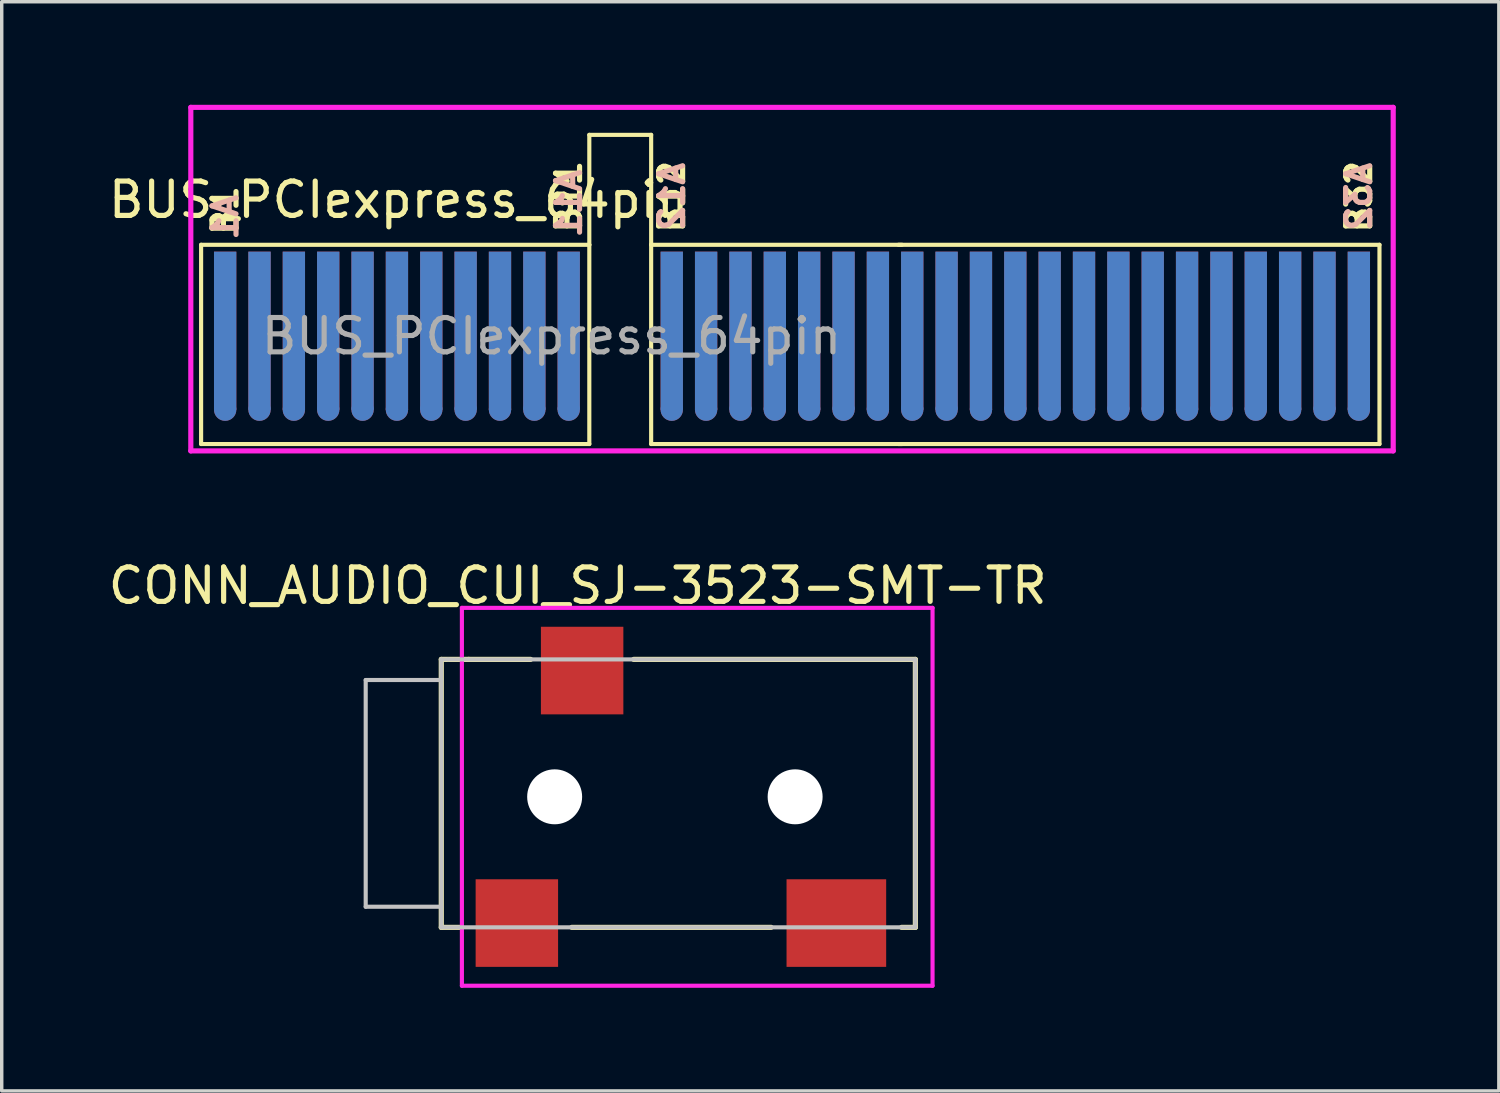
<source format=kicad_pcb>
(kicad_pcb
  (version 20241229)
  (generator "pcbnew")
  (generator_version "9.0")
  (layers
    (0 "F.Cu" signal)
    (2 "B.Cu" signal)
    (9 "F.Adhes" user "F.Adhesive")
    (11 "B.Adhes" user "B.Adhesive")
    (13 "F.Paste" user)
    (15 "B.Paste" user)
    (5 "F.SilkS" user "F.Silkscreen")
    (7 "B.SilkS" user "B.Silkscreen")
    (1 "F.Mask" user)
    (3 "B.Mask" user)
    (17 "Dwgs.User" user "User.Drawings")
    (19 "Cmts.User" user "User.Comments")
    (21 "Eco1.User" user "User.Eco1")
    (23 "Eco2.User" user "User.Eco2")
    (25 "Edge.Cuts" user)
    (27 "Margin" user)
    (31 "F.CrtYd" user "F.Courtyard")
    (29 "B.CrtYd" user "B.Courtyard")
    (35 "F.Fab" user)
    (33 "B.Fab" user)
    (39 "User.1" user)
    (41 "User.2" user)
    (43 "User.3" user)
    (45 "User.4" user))
  (footprint "CONN_AUDIO_CUI_SJ-3523-SMT-TR"
    (layer "F.Cu")
    (at 16.595 20.144)
    (property "Reference" "CONN_AUDIO_CUI_SJ-3523-SMT-TR" (at -2.829 -6.145 0) (layer "F.SilkS") (effects (font (size 1.002 1.002) (thickness 0.15))))
    (attr smd)
    (fp_line (start -6.8 -4) (end -6.8 3.8) (stroke (width 0.15) (type solid)) (layer "F.SilkS"))
    (fp_line (start -6.8 -4) (end -6 -4) (stroke (width 0.15) (type solid)) (layer "F.SilkS"))
    (fp_line (start -6.8 3.8) (end -6.2 3.8) (stroke (width 0.15) (type solid)) (layer "F.SilkS"))
    (fp_line (start -6 -4) (end -4.2 -4) (stroke (width 0.15) (type solid)) (layer "F.SilkS"))
    (fp_line (start -1.2 -4) (end 7 -4) (stroke (width 0.15) (type solid)) (layer "F.SilkS"))
    (fp_line (start 2.8 3.8) (end -3 3.8) (stroke (width 0.15) (type solid)) (layer "F.SilkS"))
    (fp_line (start 7 -4) (end 7 3.8) (stroke (width 0.15) (type solid)) (layer "F.SilkS"))
    (fp_line (start 7 3.8) (end 6.6 3.8) (stroke (width 0.15) (type solid)) (layer "F.SilkS"))
    (fp_line (start -9 -3.4) (end -9 3.2) (stroke (width 0.12) (type solid)) (layer "Dwgs.User"))
    (fp_line (start -9 3.2) (end -6.8 3.2) (stroke (width 0.12) (type solid)) (layer "Dwgs.User"))
    (fp_line (start -6.8 -3.4) (end -9 -3.4) (stroke (width 0.12) (type solid)) (layer "Dwgs.User"))
    (fp_line (start -6.8 3.8) (end -6.8 -4) (stroke (width 0.12) (type solid)) (layer "Dwgs.User"))
    (fp_line (start -6.6 -4) (end -6.8 -4) (stroke (width 0.12) (type solid)) (layer "Dwgs.User"))
    (fp_line (start -6.6 -4) (end 7 -4) (stroke (width 0.12) (type solid)) (layer "Dwgs.User"))
    (fp_line (start 7 -4) (end 7 3.8) (stroke (width 0.12) (type solid)) (layer "Dwgs.User"))
    (fp_line (start 7 3.8) (end -6.8 3.8) (stroke (width 0.12) (type solid)) (layer "Dwgs.User"))
    (fp_line (start -6.2 -5.5) (end -6.2 5.5) (stroke (width 0.12) (type solid)) (layer "F.CrtYd"))
    (fp_line (start -6.2 -5.5) (end 7.5 -5.5) (stroke (width 0.12) (type solid)) (layer "F.CrtYd"))
    (fp_line (start 7.5 -5.5) (end 7.5 5.5) (stroke (width 0.12) (type solid)) (layer "F.CrtYd"))
    (fp_line (start 7.5 5.5) (end -6.2 5.5) (stroke (width 0.12) (type solid)) (layer "F.CrtYd"))
    (pad "" np_thru_hole circle (at -3.5 0) (size 1.6 1.6) (drill 1.6) (layers "*.Cu" "*.Mask"))
    (pad "" np_thru_hole circle (at 3.5 0) (size 1.6 1.6) (drill 1.6) (layers "*.Cu" "*.Mask"))
    (pad "1" smd rect (at -4.6 3.675) (size 2.4 2.55) (layers "F.Cu" "F.Mask" "F.Paste"))
    (pad "2" smd rect (at 4.7 3.675) (size 2.9 2.55) (layers "F.Cu" "F.Mask" "F.Paste"))
    (pad "3" smd rect (at -2.7 -3.675) (size 2.4 2.55) (layers "F.Cu" "F.Mask" "F.Paste")))
  (footprint "BUS_PCIexpress_64pin"
    (layer "F.Cu")
    (at 3.504 6.075)
    (property "Reference" "BUS_PCIexpress_64pin" (at 5.05 -3.31 0) (layer "F.SilkS") (effects (font (size 1 1) (thickness 0.15))))
    (attr exclude_from_pos_files exclude_from_bom)
    (fp_line (start -0.7 -2) (end 10.6 -2) (stroke (width 0.12) (type solid)) (layer "F.SilkS"))
    (fp_line (start -0.7 3.8) (end -0.7 -2) (stroke (width 0.12) (type solid)) (layer "F.SilkS"))
    (fp_line (start 10.6 -5.2) (end 12.4 -5.2) (stroke (width 0.12) (type solid)) (layer "F.SilkS"))
    (fp_line (start 10.6 -2) (end 10.6 -5.2) (stroke (width 0.12) (type solid)) (layer "F.SilkS"))
    (fp_line (start 10.6 -2) (end 10.6 3.8) (stroke (width 0.12) (type solid)) (layer "F.SilkS"))
    (fp_line (start 10.6 3.8) (end -0.7 3.8) (stroke (width 0.12) (type solid)) (layer "F.SilkS"))
    (fp_line (start 12.4 -5.2) (end 12.4 -2) (stroke (width 0.12) (type solid)) (layer "F.SilkS"))
    (fp_line (start 12.4 -2) (end 12.4 3.8) (stroke (width 0.12) (type solid)) (layer "F.SilkS"))
    (fp_line (start 12.4 3.8) (end 19.7 3.8) (stroke (width 0.12) (type solid)) (layer "F.SilkS"))
    (fp_line (start 19.6 3.8) (end 33.6 3.8) (stroke (width 0.12) (type solid)) (layer "F.SilkS"))
    (fp_line (start 19.7 -2) (end 12.4 -2) (stroke (width 0.12) (type solid)) (layer "F.SilkS"))
    (fp_line (start 33.6 -2) (end 19.6 -2) (stroke (width 0.12) (type solid)) (layer "F.SilkS"))
    (fp_line (start 33.6 3.8) (end 33.6 -2) (stroke (width 0.12) (type solid)) (layer "F.SilkS"))
    (fp_line (start -1 -6) (end -1 4) (stroke (width 0.15) (type solid)) (layer "F.CrtYd"))
    (fp_line (start -1 4) (end 34 4) (stroke (width 0.15) (type solid)) (layer "F.CrtYd"))
    (fp_line (start 34 -6) (end -1 -6) (stroke (width 0.15) (type solid)) (layer "F.CrtYd"))
    (fp_line (start 34 4) (end 34 -6) (stroke (width 0.15) (type solid)) (layer "F.CrtYd"))
    (fp_text user "B1" (at 0 -3 90) (layer "F.SilkS") (effects (font (size 0.7 0.7) (thickness 0.15))))
    (fp_text user "B32" (at 33 -3.4 90) (layer "F.SilkS") (effects (font (size 0.7 0.7) (thickness 0.15))))
    (fp_text user "B11" (at 10 -3.4 90) (layer "F.SilkS") (effects (font (size 0.7 0.7) (thickness 0.15))))
    (fp_text user "B12" (at 13 -3.4 90) (layer "F.SilkS") (effects (font (size 0.7 0.7) (thickness 0.15))))
    (fp_text user "A12" (at 13 -3.4 90) (layer "B.SilkS") (effects (font (size 0.7 0.7) (thickness 0.15)) (justify mirror)))
    (fp_text user "A1" (at 0 -2.8 90) (layer "B.SilkS") (effects (font (size 0.7 0.7) (thickness 0.15)) (justify mirror)))
    (fp_text user "A11" (at 10 -3.2 90) (layer "B.SilkS") (effects (font (size 0.7 0.7) (thickness 0.15)) (justify mirror)))
    (fp_text user "A32" (at 33 -3.4 90) (layer "B.SilkS") (effects (font (size 0.7 0.7) (thickness 0.15)) (justify mirror)))
    (fp_text user "${REFERENCE}" (at 9.5 0.662 0) (layer "F.Fab") (effects (font (size 1 1) (thickness 0.15))))
    (pad "" connect circle (at 0 2.8) (size 0.65 0.65) (layers "F.Cu" "F.Mask"))
    (pad "" connect circle (at 0 2.8) (size 0.65 0.65) (layers "B.Cu" "B.Mask"))
    (pad "" connect circle (at 1 2.8) (size 0.65 0.65) (layers "F.Cu" "F.Mask"))
    (pad "" connect oval (at 1 2.8 90) (size 0.65 0.65) (layers "B.Cu" "B.Mask"))
    (pad "" connect circle (at 2 2.8) (size 0.65 0.65) (layers "F.Cu" "F.Mask"))
    (pad "" connect oval (at 2 2.8 90) (size 0.65 0.65) (layers "B.Cu" "B.Mask"))
    (pad "" connect circle (at 3 2.8) (size 0.65 0.65) (layers "F.Cu" "F.Mask"))
    (pad "" connect oval (at 3 2.8 90) (size 0.65 0.65) (layers "B.Cu" "B.Mask"))
    (pad "" connect circle (at 4 2.8) (size 0.65 0.65) (layers "F.Cu" "F.Mask"))
    (pad "" connect oval (at 4 2.8 90) (size 0.65 0.65) (layers "B.Cu" "B.Mask"))
    (pad "" connect circle (at 5 2.8) (size 0.65 0.65) (layers "F.Cu" "F.Mask"))
    (pad "" connect oval (at 5 2.8 90) (size 0.65 0.65) (layers "B.Cu" "B.Mask"))
    (pad "" connect circle (at 6 2.8) (size 0.65 0.65) (layers "F.Cu" "F.Mask"))
    (pad "" connect oval (at 6 2.8 90) (size 0.65 0.65) (layers "B.Cu" "B.Mask"))
    (pad "" connect circle (at 7 2.8) (size 0.65 0.65) (layers "F.Cu" "F.Mask"))
    (pad "" connect oval (at 7 2.8 90) (size 0.65 0.65) (layers "B.Cu" "B.Mask"))
    (pad "" connect circle (at 8 2.8) (size 0.65 0.65) (layers "F.Cu" "F.Mask"))
    (pad "" connect oval (at 8 2.8 90) (size 0.65 0.65) (layers "B.Cu" "B.Mask"))
    (pad "" connect circle (at 9 2.8) (size 0.65 0.65) (layers "F.Cu" "F.Mask"))
    (pad "" connect oval (at 9 2.8 90) (size 0.65 0.65) (layers "B.Cu" "B.Mask"))
    (pad "" connect circle (at 10 2.8) (size 0.65 0.65) (layers "F.Cu" "F.Mask"))
    (pad "" connect oval (at 10 2.8 90) (size 0.65 0.65) (layers "B.Cu" "B.Mask"))
    (pad "" connect circle (at 13 2.8) (size 0.65 0.65) (layers "F.Cu" "F.Mask"))
    (pad "" connect oval (at 13 2.8 90) (size 0.65 0.65) (layers "B.Cu" "B.Mask"))
    (pad "" connect circle (at 14 2.8) (size 0.65 0.65) (layers "F.Cu" "F.Mask"))
    (pad "" connect oval (at 14 2.8 90) (size 0.65 0.65) (layers "B.Cu" "B.Mask"))
    (pad "" connect circle (at 15 2.8) (size 0.65 0.65) (layers "F.Cu" "F.Mask"))
    (pad "" connect oval (at 15 2.8 90) (size 0.65 0.65) (layers "B.Cu" "B.Mask"))
    (pad "" connect circle (at 16 2.8) (size 0.65 0.65) (layers "F.Cu" "F.Mask"))
    (pad "" connect oval (at 16 2.8 90) (size 0.65 0.65) (layers "B.Cu" "B.Mask"))
    (pad "" connect circle (at 17 2.8) (size 0.65 0.65) (layers "F.Cu" "F.Mask"))
    (pad "" connect oval (at 17 2.8 90) (size 0.65 0.65) (layers "B.Cu" "B.Mask"))
    (pad "" connect circle (at 18 2.8) (size 0.65 0.65) (layers "F.Cu" "F.Mask"))
    (pad "" connect oval (at 18 2.8 90) (size 0.65 0.65) (layers "B.Cu" "B.Mask"))
    (pad "" connect circle (at 19 2.8) (size 0.65 0.65) (layers "F.Cu" "F.Mask"))
    (pad "" connect oval (at 19 2.8 90) (size 0.65 0.65) (layers "B.Cu" "B.Mask"))
    (pad "" connect oval (at 20 2.8 90) (size 0.65 0.65) (layers "B.Cu" "B.Mask"))
    (pad " " connect circle (at 20 2.8) (size 0.65 0.65) (layers "F.Cu" "F.Mask"))
    (pad " " connect circle (at 21 2.8) (size 0.65 0.65) (layers "F.Cu" "F.Mask"))
    (pad " " connect oval (at 21 2.8 90) (size 0.65 0.65) (layers "B.Cu" "B.Mask"))
    (pad " " connect circle (at 22 2.8) (size 0.65 0.65) (layers "F.Cu" "F.Mask"))
    (pad " " connect oval (at 22 2.8 90) (size 0.65 0.65) (layers "B.Cu" "B.Mask"))
    (pad " " connect circle (at 23 2.8) (size 0.65 0.65) (layers "F.Cu" "F.Mask"))
    (pad " " connect oval (at 23 2.8 90) (size 0.65 0.65) (layers "B.Cu" "B.Mask"))
    (pad " " connect circle (at 24 2.8) (size 0.65 0.65) (layers "F.Cu" "F.Mask"))
    (pad " " connect oval (at 24 2.8 90) (size 0.65 0.65) (layers "B.Cu" "B.Mask"))
    (pad " " connect circle (at 25 2.8) (size 0.65 0.65) (layers "F.Cu" "F.Mask"))
    (pad " " connect oval (at 25 2.8 90) (size 0.65 0.65) (layers "B.Cu" "B.Mask"))
    (pad " " connect circle (at 26 2.8) (size 0.65 0.65) (layers "F.Cu" "F.Mask"))
    (pad " " connect oval (at 26 2.8 90) (size 0.65 0.65) (layers "B.Cu" "B.Mask"))
    (pad " " connect circle (at 27 2.8) (size 0.65 0.65) (layers "F.Cu" "F.Mask"))
    (pad " " connect oval (at 27 2.8 90) (size 0.65 0.65) (layers "B.Cu" "B.Mask"))
    (pad " " connect circle (at 28 2.8) (size 0.65 0.65) (layers "F.Cu" "F.Mask"))
    (pad " " connect oval (at 28 2.8 90) (size 0.65 0.65) (layers "B.Cu" "B.Mask"))
    (pad " " connect circle (at 29 2.8) (size 0.65 0.65) (layers "F.Cu" "F.Mask"))
    (pad " " connect oval (at 29 2.8 90) (size 0.65 0.65) (layers "B.Cu" "B.Mask"))
    (pad " " connect circle (at 30 2.8) (size 0.65 0.65) (layers "F.Cu" "F.Mask"))
    (pad " " connect oval (at 30 2.8 90) (size 0.65 0.65) (layers "B.Cu" "B.Mask"))
    (pad " " connect circle (at 31 2.8) (size 0.65 0.65) (layers "F.Cu" "F.Mask"))
    (pad " " connect oval (at 31 2.8 90) (size 0.65 0.65) (layers "B.Cu" "B.Mask"))
    (pad " " connect circle (at 32 2.8) (size 0.65 0.65) (layers "F.Cu" "F.Mask"))
    (pad " " connect oval (at 32 2.8 90) (size 0.65 0.65) (layers "B.Cu" "B.Mask"))
    (pad " " connect circle (at 33 2.8) (size 0.65 0.65) (layers "F.Cu" "F.Mask"))
    (pad " " connect oval (at 33 2.8 90) (size 0.65 0.65) (layers "B.Cu" "B.Mask"))
    (pad "A1" connect rect (at 0 0.5) (size 0.65 4.6) (layers "B.Cu" "B.Mask"))
    (pad "A2" connect rect (at 1 0.5) (size 0.65 4.6) (layers "B.Cu" "B.Mask"))
    (pad "A3" connect rect (at 2 0.5) (size 0.65 4.6) (layers "B.Cu" "B.Mask"))
    (pad "A4" connect rect (at 3 0.5) (size 0.65 4.6) (layers "B.Cu" "B.Mask"))
    (pad "A5" connect rect (at 4 0.5) (size 0.65 4.6) (layers "B.Cu" "B.Mask"))
    (pad "A6" connect rect (at 5 0.5) (size 0.65 4.6) (layers "B.Cu" "B.Mask"))
    (pad "A7" connect rect (at 6 0.5) (size 0.65 4.6) (layers "B.Cu" "B.Mask"))
    (pad "A8" connect rect (at 7 0.5) (size 0.65 4.6) (layers "B.Cu" "B.Mask"))
    (pad "A9" connect rect (at 8 0.5) (size 0.65 4.6) (layers "B.Cu" "B.Mask"))
    (pad "A10" connect rect (at 9 0.5) (size 0.65 4.6) (layers "B.Cu" "B.Mask"))
    (pad "A11" connect rect (at 10 0.5) (size 0.65 4.6) (layers "B.Cu" "B.Mask"))
    (pad "A12" connect rect (at 13 0.5) (size 0.65 4.6) (layers "B.Cu" "B.Mask"))
    (pad "A13" connect rect (at 14 0.5) (size 0.65 4.6) (layers "B.Cu" "B.Mask"))
    (pad "A14" connect rect (at 15 0.5) (size 0.65 4.6) (layers "B.Cu" "B.Mask"))
    (pad "A15" connect rect (at 16 0.5) (size 0.65 4.6) (layers "B.Cu" "B.Mask"))
    (pad "A16" connect rect (at 17 0.5) (size 0.65 4.6) (layers "B.Cu" "B.Mask"))
    (pad "A17" connect rect (at 18 0.5) (size 0.65 4.6) (layers "B.Cu" "B.Mask"))
    (pad "A18" connect rect (at 19 0.5) (size 0.65 4.6) (layers "B.Cu" "B.Mask"))
    (pad "A19" connect rect (at 20 0.5) (size 0.65 4.6) (layers "F.Cu" "F.Mask"))
    (pad "A20" connect rect (at 21 0.5) (size 0.65 4.6) (layers "F.Cu" "F.Mask"))
    (pad "A21" connect rect (at 22 0.5) (size 0.65 4.6) (layers "F.Cu" "F.Mask"))
    (pad "A22" connect rect (at 23 0.5) (size 0.65 4.6) (layers "F.Cu" "F.Mask"))
    (pad "A23" connect rect (at 24 0.5) (size 0.65 4.6) (layers "F.Cu" "F.Mask"))
    (pad "A24" connect rect (at 25 0.5) (size 0.65 4.6) (layers "F.Cu" "F.Mask"))
    (pad "A25" connect rect (at 26 0.5) (size 0.65 4.6) (layers "F.Cu" "F.Mask"))
    (pad "A26" connect rect (at 27 0.5) (size 0.65 4.6) (layers "F.Cu" "F.Mask"))
    (pad "A27" connect rect (at 28 0.5) (size 0.65 4.6) (layers "F.Cu" "F.Mask"))
    (pad "A28" connect rect (at 29 0.5) (size 0.65 4.6) (layers "F.Cu" "F.Mask"))
    (pad "A29" connect rect (at 30 0.5) (size 0.65 4.6) (layers "F.Cu" "F.Mask"))
    (pad "A30" connect rect (at 31 0.5) (size 0.65 4.6) (layers "F.Cu" "F.Mask"))
    (pad "A31" connect rect (at 32 0.5) (size 0.65 4.6) (layers "F.Cu" "F.Mask"))
    (pad "A32" connect rect (at 33 0.5) (size 0.65 4.6) (layers "F.Cu" "F.Mask"))
    (pad "B1" connect rect (at 0 0.5) (size 0.65 4.6) (layers "F.Cu" "F.Mask"))
    (pad "B2" connect rect (at 1 0.5) (size 0.65 4.6) (layers "F.Cu" "F.Mask"))
    (pad "B3" connect rect (at 2 0.5) (size 0.65 4.6) (layers "F.Cu" "F.Mask"))
    (pad "B4" connect rect (at 3 0.5) (size 0.65 4.6) (layers "F.Cu" "F.Mask"))
    (pad "B5" connect rect (at 4 0.5) (size 0.65 4.6) (layers "F.Cu" "F.Mask"))
    (pad "B6" connect rect (at 5 0.5) (size 0.65 4.6) (layers "F.Cu" "F.Mask"))
    (pad "B7" connect rect (at 6 0.5) (size 0.65 4.6) (layers "F.Cu" "F.Mask"))
    (pad "B8" connect rect (at 7 0.5) (size 0.65 4.6) (layers "F.Cu" "F.Mask"))
    (pad "B9" connect rect (at 8 0.5) (size 0.65 4.6) (layers "F.Cu" "F.Mask"))
    (pad "B10" connect rect (at 9 0.5) (size 0.65 4.6) (layers "F.Cu" "F.Mask"))
    (pad "B11" connect rect (at 10 0.5) (size 0.65 4.6) (layers "F.Cu" "F.Mask"))
    (pad "B12" connect rect (at 13 0.5) (size 0.65 4.6) (layers "F.Cu" "F.Mask"))
    (pad "B13" connect rect (at 14 0.5) (size 0.65 4.6) (layers "F.Cu" "F.Mask"))
    (pad "B14" connect rect (at 15 0.5) (size 0.65 4.6) (layers "F.Cu" "F.Mask"))
    (pad "B15" connect rect (at 16 0.5) (size 0.65 4.6) (layers "F.Cu" "F.Mask"))
    (pad "B16" connect rect (at 17 0.5) (size 0.65 4.6) (layers "F.Cu" "F.Mask"))
    (pad "B17" connect rect (at 18 0.5) (size 0.65 4.6) (layers "F.Cu" "F.Mask"))
    (pad "B18" connect rect (at 19 0.5) (size 0.65 4.6) (layers "F.Cu" "F.Mask"))
    (pad "B19" connect rect (at 20 0.5) (size 0.65 4.6) (layers "B.Cu" "B.Mask"))
    (pad "B20" connect rect (at 21 0.5) (size 0.65 4.6) (layers "B.Cu" "B.Mask"))
    (pad "B21" connect rect (at 22 0.5) (size 0.65 4.6) (layers "B.Cu" "B.Mask"))
    (pad "B22" connect rect (at 23 0.5) (size 0.65 4.6) (layers "B.Cu" "B.Mask"))
    (pad "B23" connect rect (at 24 0.5) (size 0.65 4.6) (layers "B.Cu" "B.Mask"))
    (pad "B24" connect rect (at 25 0.5) (size 0.65 4.6) (layers "B.Cu" "B.Mask"))
    (pad "B25" connect rect (at 26 0.5) (size 0.65 4.6) (layers "B.Cu" "B.Mask"))
    (pad "B26" connect rect (at 27 0.5) (size 0.65 4.6) (layers "B.Cu" "B.Mask"))
    (pad "B27" connect rect (at 28 0.5) (size 0.65 4.6) (layers "B.Cu" "B.Mask"))
    (pad "B28" connect rect (at 29 0.5) (size 0.65 4.6) (layers "B.Cu" "B.Mask"))
    (pad "B29" connect rect (at 30 0.5) (size 0.65 4.6) (layers "B.Cu" "B.Mask"))
    (pad "B30" connect rect (at 31 0.5) (size 0.65 4.6) (layers "B.Cu" "B.Mask"))
    (pad "B31" connect rect (at 32 0.5) (size 0.65 4.6) (layers "B.Cu" "B.Mask"))
    (pad "B32" connect rect (at 33 0.5) (size 0.65 4.6) (layers "B.Cu" "B.Mask")))
  (gr_rect
    (start -3 -3)
    (end 40.579 28.704)
    (stroke (width 0.1) (type default))
    (fill no)
    (layer "Edge.Cuts")))
</source>
